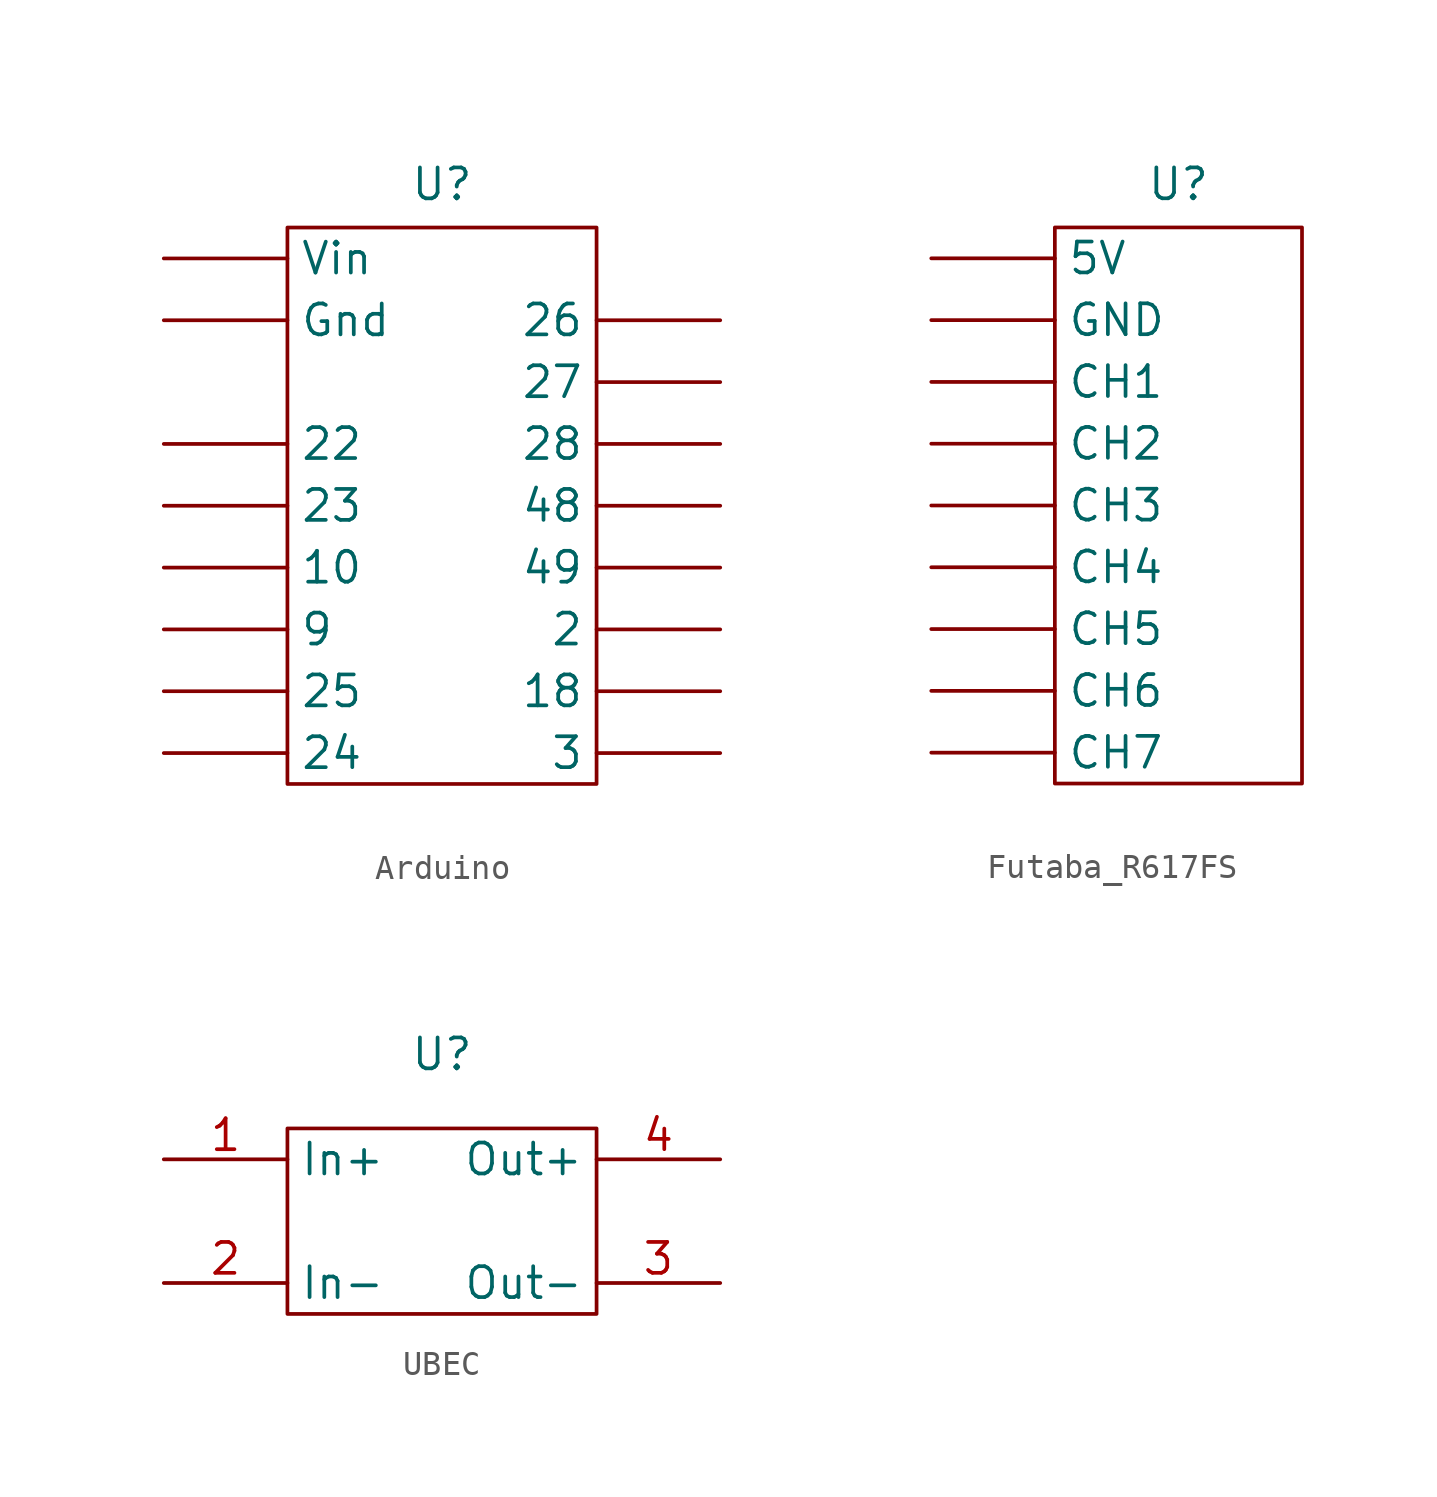
<source format=kicad_sym>
(kicad_symbol_lib
  (version 20241209)
  (generator "kicad_symbol_editor")
  (generator_version "9.0")
  (symbol "Arduino"
    (property "Reference" "U"
      (at 0 11.938 0)
      (effects (font (size 1.27 1.27))))
    (property "Value" ""
      (at 0 0 0)
      (effects (font (size 1.27 1.27))))
    (symbol "Arduino_0_1"
      (rectangle (start -6.35 10.16) (end 6.35 -12.7) (stroke (width 0) (type default)) (fill (type none))))
    (symbol "Arduino_1_1"
      (pin power_in line (at -11.43 8.89 0) (length 5.08) (name "Vin" (effects (font (size 1.27 1.27)))) (number "" (effects (font (size 1.27 1.27)))))
      (pin power_in line (at -11.43 6.35 0) (length 5.08) (name "Gnd" (effects (font (size 1.27 1.27)))) (number "" (effects (font (size 1.27 1.27)))))
      (pin output line (at -11.43 1.27 0) (length 5.08) (name "22" (effects (font (size 1.27 1.27)))) (number "" (effects (font (size 1.27 1.27)))))
      (pin output line (at -11.43 -1.27 0) (length 5.08) (name "23" (effects (font (size 1.27 1.27)))) (number "" (effects (font (size 1.27 1.27)))))
      (pin output line (at -11.43 -3.81 0) (length 5.08) (name "10" (effects (font (size 1.27 1.27)))) (number "" (effects (font (size 1.27 1.27)))))
      (pin output line (at -11.43 -6.35 0) (length 5.08) (name "9" (effects (font (size 1.27 1.27)))) (number "" (effects (font (size 1.27 1.27)))))
      (pin output line (at -11.43 -8.89 0) (length 5.08) (name "25" (effects (font (size 1.27 1.27)))) (number "" (effects (font (size 1.27 1.27)))))
      (pin output line (at -11.43 -11.43 0) (length 5.08) (name "24" (effects (font (size 1.27 1.27)))) (number "" (effects (font (size 1.27 1.27)))))
      (pin input line (at 11.43 6.35 180) (length 5.08) (name "26" (effects (font (size 1.27 1.27)))) (number "" (effects (font (size 1.27 1.27)))))
      (pin input line (at 11.43 3.81 180) (length 5.08) (name "27" (effects (font (size 1.27 1.27)))) (number "" (effects (font (size 1.27 1.27)))))
      (pin input line (at 11.43 1.27 180) (length 5.08) (name "28" (effects (font (size 1.27 1.27)))) (number "" (effects (font (size 1.27 1.27)))))
      (pin input line (at 11.43 -1.27 180) (length 5.08) (name "48" (effects (font (size 1.27 1.27)))) (number "" (effects (font (size 1.27 1.27)))))
      (pin input line (at 11.43 -3.81 180) (length 5.08) (name "49" (effects (font (size 1.27 1.27)))) (number "" (effects (font (size 1.27 1.27)))))
      (pin input line (at 11.43 -6.35 180) (length 5.08) (name "2" (effects (font (size 1.27 1.27)))) (number "" (effects (font (size 1.27 1.27)))))
      (pin input line (at 11.43 -8.89 180) (length 5.08) (name "18" (effects (font (size 1.27 1.27)))) (number "" (effects (font (size 1.27 1.27)))))
      (pin input line (at 11.43 -11.43 180) (length 5.08) (name "3" (effects (font (size 1.27 1.27)))) (number "" (effects (font (size 1.27 1.27)))))))
  (symbol "Futaba_R617FS"
    (property "Reference" "U"
      (at 0 14.478 0)
      (effects (font (size 1.27 1.27))))
    (property "Value" ""
      (at 0 0 0)
      (effects (font (size 1.27 1.27))))
    (symbol "Futaba_R617FS_0_1"
      (rectangle (start -5.08 12.7) (end 5.08 -10.16) (stroke (width 0) (type default)) (fill (type none))))
    (symbol "Futaba_R617FS_1_1"
      (pin power_in line (at -10.16 11.43 0) (length 5.08) (name "5V" (effects (font (size 1.27 1.27)))) (number "" (effects (font (size 1.27 1.27)))))
      (pin power_in line (at -10.16 8.89 0) (length 5.08) (name "GND" (effects (font (size 1.27 1.27)))) (number "" (effects (font (size 1.27 1.27)))))
      (pin output line (at -10.16 6.35 0) (length 5.08) (name "CH1" (effects (font (size 1.27 1.27)))) (number "" (effects (font (size 1.27 1.27)))))
      (pin output line (at -10.16 3.81 0) (length 5.08) (name "CH2" (effects (font (size 1.27 1.27)))) (number "" (effects (font (size 1.27 1.27)))))
      (pin output line (at -10.16 1.27 0) (length 5.08) (name "CH3" (effects (font (size 1.27 1.27)))) (number "" (effects (font (size 1.27 1.27)))))
      (pin output line (at -10.16 -1.27 0) (length 5.08) (name "CH4" (effects (font (size 1.27 1.27)))) (number "" (effects (font (size 1.27 1.27)))))
      (pin output line (at -10.16 -3.81 0) (length 5.08) (name "CH5" (effects (font (size 1.27 1.27)))) (number "" (effects (font (size 1.27 1.27)))))
      (pin output line (at -10.16 -6.35 0) (length 5.08) (name "CH6" (effects (font (size 1.27 1.27)))) (number "" (effects (font (size 1.27 1.27)))))
      (pin output line (at -10.16 -8.89 0) (length 5.08) (name "CH7" (effects (font (size 1.27 1.27)))) (number "" (effects (font (size 1.27 1.27)))))))
  (symbol "UBEC"
    (property "Reference" "U"
      (at 0 6.858 0)
      (effects (font (size 1.27 1.27))))
    (property "Value" ""
      (at 0 0 0)
      (effects (font (size 1.27 1.27))))
    (symbol "UBEC_0_1"
      (rectangle (start -6.35 3.81) (end 6.35 -3.81) (stroke (width 0) (type default)) (fill (type none))))
    (symbol "UBEC_1_1"
      (pin power_in line (at -11.43 2.54 0) (length 5.08) (name "In+" (effects (font (size 1.27 1.27)))) (number "1" (effects (font (size 1.27 1.27)))))
      (pin power_in line (at -11.43 -2.54 0) (length 5.08) (name "In-" (effects (font (size 1.27 1.27)))) (number "2" (effects (font (size 1.27 1.27)))))
      (pin power_out line (at 11.43 2.54 180) (length 5.08) (name "Out+" (effects (font (size 1.27 1.27)))) (number "4" (effects (font (size 1.27 1.27)))))
      (pin power_out line (at 11.43 -2.54 180) (length 5.08) (name "Out-" (effects (font (size 1.27 1.27)))) (number "3" (effects (font (size 1.27 1.27))))))))
</source>
